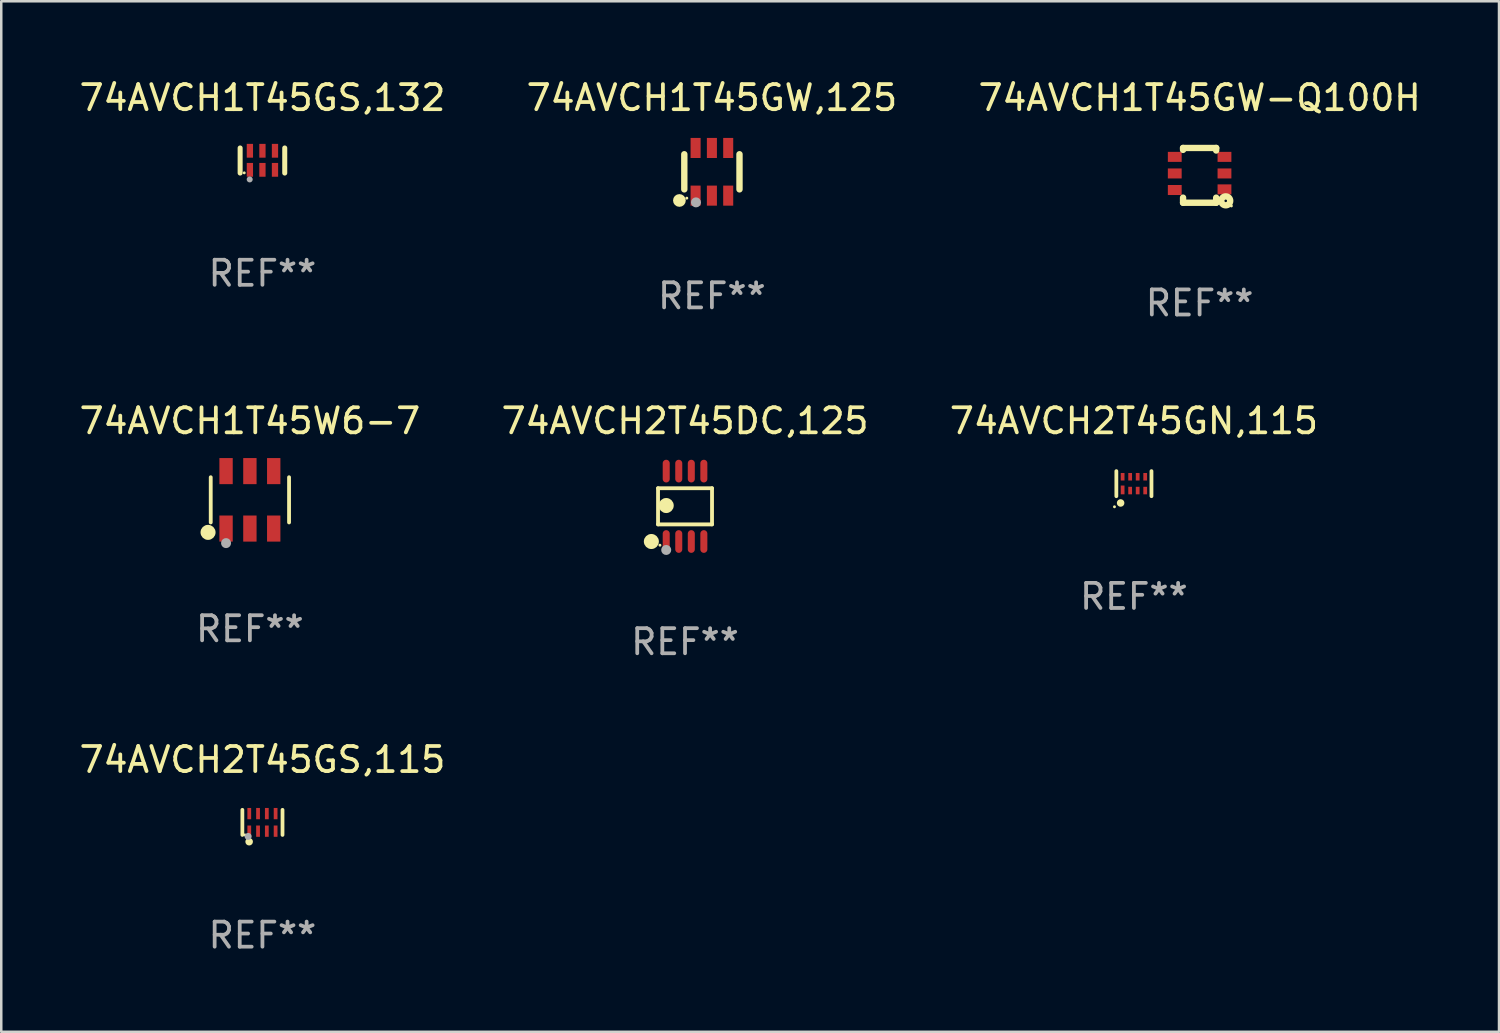
<source format=kicad_pcb>
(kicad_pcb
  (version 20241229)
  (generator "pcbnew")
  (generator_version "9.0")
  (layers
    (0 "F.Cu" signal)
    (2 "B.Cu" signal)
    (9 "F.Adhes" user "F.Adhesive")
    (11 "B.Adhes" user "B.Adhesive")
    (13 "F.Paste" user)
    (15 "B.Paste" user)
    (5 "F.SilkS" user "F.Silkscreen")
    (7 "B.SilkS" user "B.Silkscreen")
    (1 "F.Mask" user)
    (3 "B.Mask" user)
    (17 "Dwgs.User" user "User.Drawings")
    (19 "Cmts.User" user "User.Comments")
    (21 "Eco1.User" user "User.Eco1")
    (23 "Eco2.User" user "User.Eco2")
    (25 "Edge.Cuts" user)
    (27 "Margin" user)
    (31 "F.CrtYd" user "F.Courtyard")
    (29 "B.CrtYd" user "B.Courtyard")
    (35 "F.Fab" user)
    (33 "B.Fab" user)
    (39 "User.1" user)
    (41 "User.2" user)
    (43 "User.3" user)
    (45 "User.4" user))
  (footprint "74AVCH1T45GW-Q100H"
    (layer "F.Cu")
    (at 44.768 3.94)
    (property "Reference" "74AVCH1T45GW-Q100H" (at 0 -3.092 0) (layer "F.SilkS") (effects (font (size 1 1) (thickness 0.15))))
    (attr through_hole)
    (fp_line (start -0.66 -1.092) (end -0.66 -1.016) (stroke (width 0.254) (type solid)) (layer "F.SilkS"))
    (fp_line (start -0.66 1.092) (end -0.66 0.889) (stroke (width 0.254) (type solid)) (layer "F.SilkS"))
    (fp_line (start 0.66 -1.092) (end -0.66 -1.092) (stroke (width 0.254) (type solid)) (layer "F.SilkS"))
    (fp_line (start 0.66 -0.991) (end 0.66 -1.092) (stroke (width 0.254) (type solid)) (layer "F.SilkS"))
    (fp_line (start 0.66 0.889) (end 0.66 1.092) (stroke (width 0.254) (type solid)) (layer "F.SilkS"))
    (fp_line (start 0.66 1.092) (end -0.66 1.092) (stroke (width 0.254) (type solid)) (layer "F.SilkS"))
    (fp_circle (center 1.041 1.016) (end 1.092 1.016) (stroke (width 0.254) (type solid)) (fill no) (layer "F.SilkS"))
    (fp_circle (center 1.266 1.219) (end 1.296 1.219) (stroke (width 0.06) (type solid)) (fill no) (layer "F.SilkS"))
    (fp_text user "REF**" (at 0 5.092 0) (layer "F.Fab") (effects (font (size 1 1) (thickness 0.15))))
    (pad "1" smd rect (at 0.991 0.559 270) (size 0.399 0.551) (layers "F.Cu" "F.Mask" "F.Paste"))
    (pad "2" smd rect (at 0.991 -0.076 270) (size 0.399 0.551) (layers "F.Cu" "F.Mask" "F.Paste"))
    (pad "3" smd rect (at 0.991 -0.737 270) (size 0.399 0.551) (layers "F.Cu" "F.Mask" "F.Paste"))
    (pad "4" smd rect (at -0.991 -0.737 270) (size 0.399 0.551) (layers "F.Cu" "F.Mask" "F.Paste"))
    (pad "5" smd rect (at -0.991 -0.076 270) (size 0.399 0.551) (layers "F.Cu" "F.Mask" "F.Paste"))
    (pad "6" smd rect (at -0.991 0.584 270) (size 0.399 0.551) (layers "F.Cu" "F.Mask" "F.Paste")))
  (footprint "74AVCH1T45W6-7"
    (layer "F.Cu")
    (at 6.911 16.874)
    (property "Reference" "74AVCH1T45W6-7" (at 0 -3.145 0) (layer "F.SilkS") (effects (font (size 1 1) (thickness 0.15))))
    (attr through_hole)
    (fp_line (start -1.561 0.901) (end -1.561 -0.901) (stroke (width 0.152) (type solid)) (layer "F.SilkS"))
    (fp_line (start 1.561 0.901) (end 1.561 -0.901) (stroke (width 0.152) (type solid)) (layer "F.SilkS"))
    (fp_circle (center -1.668 1.297) (end -1.518 1.297) (stroke (width 0.3) (type solid)) (fill no) (layer "F.SilkS"))
    (fp_circle (center -1.485 1.425) (end -1.455 1.425) (stroke (width 0.06) (type solid)) (fill no) (layer "F.SilkS"))
    (fp_circle (center -0.95 1.725) (end -0.85 1.725) (stroke (width 0.2) (type solid)) (fill no) (layer "F.Fab"))
    (fp_text user "REF**" (at 0 5.145 0) (layer "F.Fab") (effects (font (size 1 1) (thickness 0.15))))
    (pad "1" smd rect (at -0.95 1.145) (size 0.532 1.04) (layers "F.Cu" "F.Mask" "F.Paste"))
    (pad "2" smd rect (at 0 1.145) (size 0.532 1.04) (layers "F.Cu" "F.Mask" "F.Paste"))
    (pad "3" smd rect (at 0.95 1.145) (size 0.532 1.04) (layers "F.Cu" "F.Mask" "F.Paste"))
    (pad "4" smd rect (at 0.95 -1.145) (size 0.532 1.04) (layers "F.Cu" "F.Mask" "F.Paste"))
    (pad "5" smd rect (at 0 -1.145) (size 0.532 1.04) (layers "F.Cu" "F.Mask" "F.Paste"))
    (pad "6" smd rect (at -0.95 -1.145) (size 0.532 1.04) (layers "F.Cu" "F.Mask" "F.Paste")))
  (footprint "74AVCH2T45GN,115"
    (layer "F.Cu")
    (at 42.149 16.229)
    (property "Reference" "74AVCH2T45GN,115" (at 0 -2.5 0) (layer "F.SilkS") (effects (font (size 1 1) (thickness 0.15))))
    (attr through_hole)
    (fp_line (start -0.7 -0.5) (end -0.7 0.5) (stroke (width 0.15) (type solid)) (layer "F.SilkS"))
    (fp_line (start 0.7 -0.5) (end 0.7 0.5) (stroke (width 0.15) (type solid)) (layer "F.SilkS"))
    (fp_circle (center -0.775 0.922) (end -0.745 0.922) (stroke (width 0.06) (type solid)) (fill no) (layer "F.SilkS"))
    (fp_circle (center -0.53 0.77) (end -0.454 0.77) (stroke (width 0.15) (type solid)) (fill no) (layer "F.SilkS"))
    (fp_text user "REF**" (at 0 4.5 0) (layer "F.Fab") (effects (font (size 1 1) (thickness 0.15))))
    (pad "1" smd rect (at -0.45 0.25) (size 0.15 0.35) (layers "F.Cu" "F.Mask" "F.Paste"))
    (pad "2" smd rect (at -0.15 0.275) (size 0.15 0.3) (layers "F.Cu" "F.Mask" "F.Paste"))
    (pad "3" smd rect (at 0.15 0.275) (size 0.15 0.3) (layers "F.Cu" "F.Mask" "F.Paste"))
    (pad "4" smd rect (at 0.45 0.275) (size 0.15 0.3) (layers "F.Cu" "F.Mask" "F.Paste"))
    (pad "5" smd rect (at 0.45 -0.275) (size 0.15 0.3) (layers "F.Cu" "F.Mask" "F.Paste"))
    (pad "6" smd rect (at 0.15 -0.275) (size 0.15 0.3) (layers "F.Cu" "F.Mask" "F.Paste"))
    (pad "7" smd rect (at -0.15 -0.275) (size 0.15 0.3) (layers "F.Cu" "F.Mask" "F.Paste"))
    (pad "8" smd rect (at -0.45 -0.275) (size 0.15 0.3) (layers "F.Cu" "F.Mask" "F.Paste")))
  (footprint "74AVCH1T45GS,132"
    (layer "F.Cu")
    (at 7.411 3.348)
    (property "Reference" "74AVCH1T45GS,132" (at 0 -2.5 0) (layer "F.SilkS") (effects (font (size 1 1) (thickness 0.15))))
    (attr through_hole)
    (fp_line (start -0.889 0.5) (end -0.889 -0.5) (stroke (width 0.2) (type solid)) (layer "F.SilkS"))
    (fp_line (start 0.889 0.5) (end 0.889 -0.5) (stroke (width 0.2) (type solid)) (layer "F.SilkS"))
    (fp_circle (center -0.725 0.492) (end -0.695 0.492) (stroke (width 0.06) (type solid)) (fill no) (layer "F.SilkS"))
    (fp_circle (center -0.508 0.754) (end -0.448 0.754) (stroke (width 0.12) (type solid)) (fill no) (layer "F.Fab"))
    (fp_text user "REF**" (at 0 4.5 0) (layer "F.Fab") (effects (font (size 1 1) (thickness 0.15))))
    (pad "1" smd rect (at -0.5 0.372) (size 0.25 0.55) (layers "F.Cu" "F.Mask" "F.Paste"))
    (pad "2" smd rect (at -0.000127 0.372) (size 0.25 0.55) (layers "F.Cu" "F.Mask" "F.Paste"))
    (pad "3" smd rect (at 0.5 0.372) (size 0.25 0.55) (layers "F.Cu" "F.Mask" "F.Paste"))
    (pad "4" smd rect (at 0.5 -0.388 180) (size 0.25 0.55) (layers "F.Cu" "F.Mask" "F.Paste"))
    (pad "5" smd rect (at -0.000127 -0.388 180) (size 0.25 0.55) (layers "F.Cu" "F.Mask" "F.Paste"))
    (pad "6" smd rect (at -0.5 -0.388 180) (size 0.25 0.55) (layers "F.Cu" "F.Mask" "F.Paste")))
  (footprint "74AVCH2T45DC,125"
    (layer "F.Cu")
    (at 24.256 17.132)
    (property "Reference" "74AVCH2T45DC,125" (at 0 -3.403 0) (layer "F.SilkS") (effects (font (size 1 1) (thickness 0.15))))
    (attr through_hole)
    (fp_line (start -1.076 -0.721) (end 1.076 -0.721) (stroke (width 0.152) (type solid)) (layer "F.SilkS"))
    (fp_line (start -1.076 0.721) (end -1.076 -0.721) (stroke (width 0.152) (type solid)) (layer "F.SilkS"))
    (fp_line (start 1.076 -0.721) (end 1.076 0.721) (stroke (width 0.152) (type solid)) (layer "F.SilkS"))
    (fp_line (start 1.076 0.721) (end -1.076 0.721) (stroke (width 0.152) (type solid)) (layer "F.SilkS"))
    (fp_circle (center -1.342 1.403) (end -1.192 1.403) (stroke (width 0.3) (type solid)) (fill no) (layer "F.SilkS"))
    (fp_circle (center -1 1.55) (end -0.97 1.55) (stroke (width 0.06) (type solid)) (fill no) (layer "F.SilkS"))
    (fp_circle (center -0.75 -0.031) (end -0.6 -0.031) (stroke (width 0.3) (type solid)) (fill no) (layer "F.SilkS"))
    (fp_circle (center -0.75 1.74) (end -0.65 1.74) (stroke (width 0.2) (type solid)) (fill no) (layer "F.Fab"))
    (fp_text user "REF**" (at 0 5.403 0) (layer "F.Fab") (effects (font (size 1 1) (thickness 0.15))))
    (pad "1" smd oval (at -0.75 1.403) (size 0.28 0.905) (layers "F.Cu" "F.Mask" "F.Paste"))
    (pad "2" smd oval (at -0.25 1.403) (size 0.28 0.905) (layers "F.Cu" "F.Mask" "F.Paste"))
    (pad "3" smd oval (at 0.25 1.403) (size 0.28 0.905) (layers "F.Cu" "F.Mask" "F.Paste"))
    (pad "4" smd oval (at 0.75 1.403) (size 0.28 0.905) (layers "F.Cu" "F.Mask" "F.Paste"))
    (pad "5" smd oval (at 0.75 -1.403) (size 0.28 0.905) (layers "F.Cu" "F.Mask" "F.Paste"))
    (pad "6" smd oval (at 0.25 -1.403) (size 0.28 0.905) (layers "F.Cu" "F.Mask" "F.Paste"))
    (pad "7" smd oval (at -0.25 -1.403) (size 0.28 0.905) (layers "F.Cu" "F.Mask" "F.Paste"))
    (pad "8" smd oval (at -0.75 -1.403) (size 0.28 0.905) (layers "F.Cu" "F.Mask" "F.Paste")))
  (footprint "74AVCH1T45GW,125"
    (layer "F.Cu")
    (at 25.327 3.798)
    (property "Reference" "74AVCH1T45GW,125" (at 0 -2.95 0) (layer "F.SilkS") (effects (font (size 1 1) (thickness 0.15))))
    (attr through_hole)
    (fp_line (start -1.1 -0.7) (end -1.1 0.7) (stroke (width 0.254) (type solid)) (layer "F.SilkS"))
    (fp_line (start 1.1 -0.7) (end 1.1 0.7) (stroke (width 0.254) (type solid)) (layer "F.SilkS"))
    (fp_circle (center -1.295 1.143) (end -1.168 1.143) (stroke (width 0.254) (type solid)) (fill no) (layer "F.SilkS"))
    (fp_circle (center -1 1.05) (end -0.97 1.05) (stroke (width 0.06) (type solid)) (fill no) (layer "F.SilkS"))
    (fp_circle (center -0.635 1.219) (end -0.535 1.219) (stroke (width 0.2) (type solid)) (fill no) (layer "F.Fab"))
    (fp_text user "REF**" (at 0 4.95 0) (layer "F.Fab") (effects (font (size 1 1) (thickness 0.15))))
    (pad "1" smd rect (at -0.65 0.95) (size 0.4 0.8) (layers "F.Cu" "F.Mask" "F.Paste"))
    (pad "2" smd rect (at 0 0.95) (size 0.4 0.8) (layers "F.Cu" "F.Mask" "F.Paste"))
    (pad "3" smd rect (at 0.65 0.95) (size 0.4 0.8) (layers "F.Cu" "F.Mask" "F.Paste"))
    (pad "4" smd rect (at 0.65 -0.95) (size 0.4 0.8) (layers "F.Cu" "F.Mask" "F.Paste"))
    (pad "5" smd rect (at 0 -0.95) (size 0.4 0.8) (layers "F.Cu" "F.Mask" "F.Paste"))
    (pad "6" smd rect (at -0.65 -0.95) (size 0.4 0.8) (layers "F.Cu" "F.Mask" "F.Paste")))
  (footprint "74AVCH2T45GS,115"
    (layer "F.Cu")
    (at 7.411 29.731)
    (property "Reference" "74AVCH2T45GS,115" (at 0 -2.5 0) (layer "F.SilkS") (effects (font (size 1 1) (thickness 0.15))))
    (attr through_hole)
    (fp_line (start -0.8 -0.5) (end -0.8 0.5) (stroke (width 0.15) (type solid)) (layer "F.SilkS"))
    (fp_line (start 0.8 -0.5) (end 0.8 0.5) (stroke (width 0.15) (type solid)) (layer "F.SilkS"))
    (fp_circle (center -0.7 0.5) (end -0.67 0.5) (stroke (width 0.06) (type solid)) (fill no) (layer "F.SilkS"))
    (fp_circle (center -0.53 0.77) (end -0.454 0.77) (stroke (width 0.15) (type solid)) (fill no) (layer "F.SilkS"))
    (fp_circle (center -0.57 0.56) (end -0.5 0.56) (stroke (width 0.14) (type solid)) (fill no) (layer "F.Fab"))
    (fp_text user "REF**" (at 0 4.5 0) (layer "F.Fab") (effects (font (size 1 1) (thickness 0.15))))
    (pad "1" smd rect (at -0.525 0.35) (size 0.15 0.45) (layers "F.Cu" "F.Mask" "F.Paste"))
    (pad "2" smd rect (at -0.175 0.35) (size 0.15 0.45) (layers "F.Cu" "F.Mask" "F.Paste"))
    (pad "3" smd rect (at 0.175 0.35) (size 0.15 0.45) (layers "F.Cu" "F.Mask" "F.Paste"))
    (pad "4" smd rect (at 0.525 0.35) (size 0.15 0.45) (layers "F.Cu" "F.Mask" "F.Paste"))
    (pad "5" smd rect (at 0.525 -0.35) (size 0.15 0.45) (layers "F.Cu" "F.Mask" "F.Paste"))
    (pad "6" smd rect (at 0.175 -0.35) (size 0.15 0.45) (layers "F.Cu" "F.Mask" "F.Paste"))
    (pad "7" smd rect (at -0.175 -0.35) (size 0.15 0.45) (layers "F.Cu" "F.Mask" "F.Paste"))
    (pad "8" smd rect (at -0.525 -0.35) (size 0.15 0.45) (layers "F.Cu" "F.Mask" "F.Paste")))
  (gr_rect
    (start -3 -3)
    (end 56.702 38.079)
    (stroke (width 0.1) (type default))
    (fill no)
    (layer "Edge.Cuts")))
</source>
